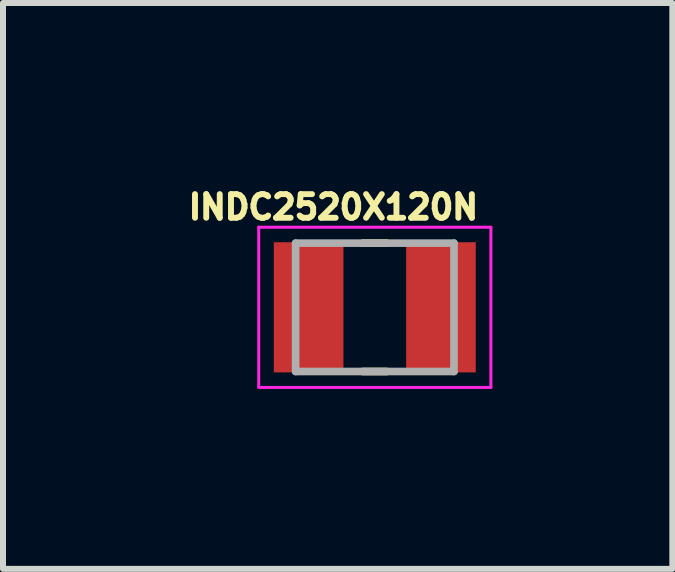
<source format=kicad_pcb>
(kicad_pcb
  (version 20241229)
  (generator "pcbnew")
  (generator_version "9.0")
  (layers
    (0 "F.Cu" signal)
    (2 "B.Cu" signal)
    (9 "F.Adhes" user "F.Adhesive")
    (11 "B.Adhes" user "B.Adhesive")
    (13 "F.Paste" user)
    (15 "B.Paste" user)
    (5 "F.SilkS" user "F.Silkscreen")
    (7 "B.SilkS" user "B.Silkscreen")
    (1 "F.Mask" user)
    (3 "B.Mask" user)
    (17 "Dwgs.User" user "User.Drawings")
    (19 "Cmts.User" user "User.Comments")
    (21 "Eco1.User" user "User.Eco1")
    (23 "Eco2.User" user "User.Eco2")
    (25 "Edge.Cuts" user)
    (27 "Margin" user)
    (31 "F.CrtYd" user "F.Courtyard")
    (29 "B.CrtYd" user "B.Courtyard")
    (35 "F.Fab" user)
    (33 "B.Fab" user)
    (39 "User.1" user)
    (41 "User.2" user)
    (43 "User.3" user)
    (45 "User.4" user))
  (footprint "INDC2520X120N"
    (layer "F.Cu")
    (at 3.198 2.073)
    (property "Reference" "INDC2520X120N" (at -0.69 -1.67 0) (layer "F.SilkS") (effects (font (size 0.394 0.394) (thickness 0.15))))
    (attr smd)
    (fp_line (start -0.2 -1.07) (end 0.2 -1.07) (stroke (width 0.127) (type solid)) (layer "F.SilkS"))
    (fp_line (start -0.2 1.07) (end 0.2 1.07) (stroke (width 0.127) (type solid)) (layer "F.SilkS"))
    (fp_line (start -1.935 -1.335) (end 1.935 -1.335) (stroke (width 0.05) (type solid)) (layer "F.CrtYd"))
    (fp_line (start -1.935 1.335) (end -1.935 -1.335) (stroke (width 0.05) (type solid)) (layer "F.CrtYd"))
    (fp_line (start -1.935 1.335) (end 1.935 1.335) (stroke (width 0.05) (type solid)) (layer "F.CrtYd"))
    (fp_line (start 1.935 1.335) (end 1.935 -1.335) (stroke (width 0.05) (type solid)) (layer "F.CrtYd"))
    (fp_line (start -1.32 1.07) (end -1.32 -1.07) (stroke (width 0.127) (type solid)) (layer "F.Fab"))
    (fp_line (start 1.32 -1.07) (end -1.32 -1.07) (stroke (width 0.127) (type solid)) (layer "F.Fab"))
    (fp_line (start 1.32 1.07) (end -1.32 1.07) (stroke (width 0.127) (type solid)) (layer "F.Fab"))
    (fp_line (start 1.32 1.07) (end 1.32 -1.07) (stroke (width 0.127) (type solid)) (layer "F.Fab"))
    (pad "1" smd rect (at -1.103 0) (size 1.16 2.17) (layers "F.Cu" "F.Mask" "F.Paste"))
    (pad "2" smd rect (at 1.103 0) (size 1.16 2.17) (layers "F.Cu" "F.Mask" "F.Paste")))
  (gr_rect
    (start -3 -3)
    (end 8.158 6.433)
    (stroke (width 0.1) (type default))
    (fill no)
    (layer "Edge.Cuts")))
</source>
